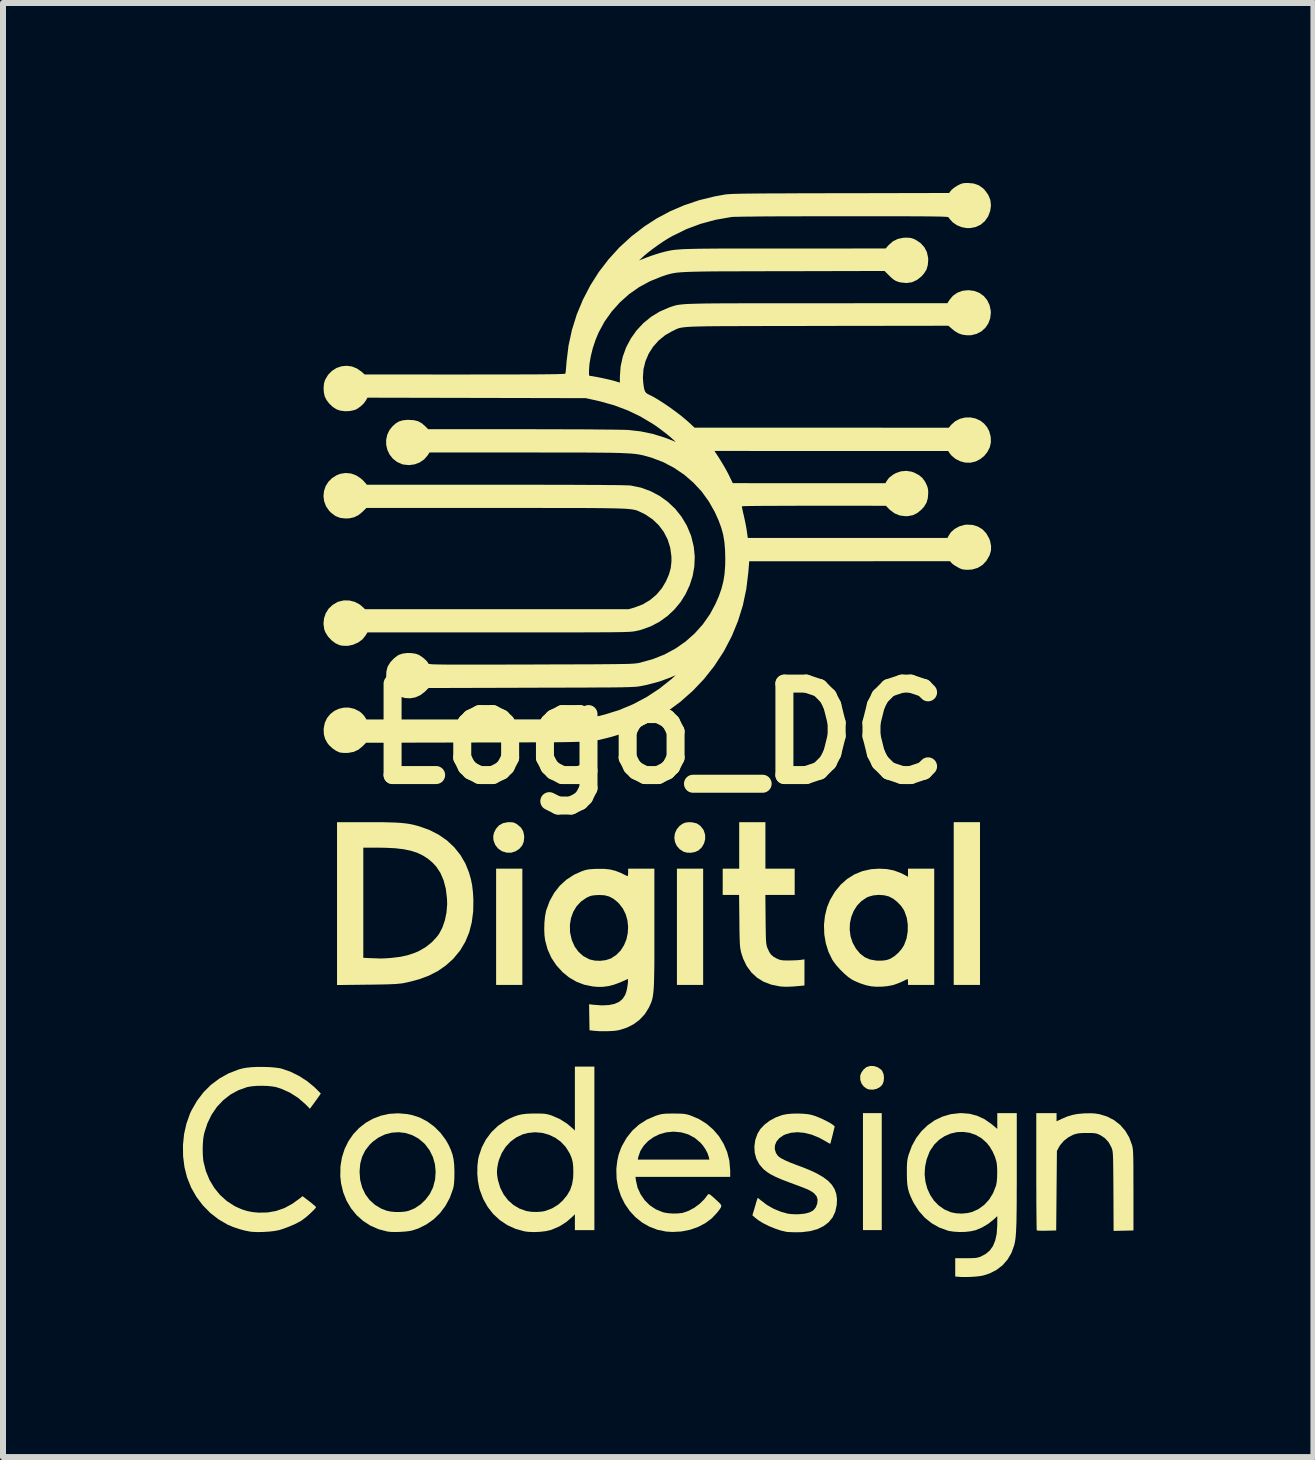
<source format=kicad_pcb>
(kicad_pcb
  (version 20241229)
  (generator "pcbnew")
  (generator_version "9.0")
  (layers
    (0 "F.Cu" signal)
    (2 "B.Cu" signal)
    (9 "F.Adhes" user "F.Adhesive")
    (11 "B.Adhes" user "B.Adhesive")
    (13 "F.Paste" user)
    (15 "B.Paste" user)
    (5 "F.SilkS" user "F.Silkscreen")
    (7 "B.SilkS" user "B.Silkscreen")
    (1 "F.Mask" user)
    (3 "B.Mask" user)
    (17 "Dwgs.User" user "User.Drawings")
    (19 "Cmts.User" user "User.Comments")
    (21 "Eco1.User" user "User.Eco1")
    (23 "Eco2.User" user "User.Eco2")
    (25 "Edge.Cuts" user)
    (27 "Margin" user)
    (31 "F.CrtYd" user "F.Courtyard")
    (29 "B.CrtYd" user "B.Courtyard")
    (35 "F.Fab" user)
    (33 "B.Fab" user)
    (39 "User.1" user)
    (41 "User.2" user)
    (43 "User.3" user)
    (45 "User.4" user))
  (footprint "Logo_DC"
    (layer "F.Cu")
    (at 7.921 9.18)
    (property "Reference" "Logo_DC" (at 0 0 0) (layer "F.SilkS") (effects (font (size 1.524 1.524) (thickness 0.3))))
    (attr board_only exclude_from_pos_files exclude_from_bom)
    (fp_poly (pts (xy -2.264 4.188) (xy -2.701 4.188) (xy -2.701 2.25) (xy -2.264 2.25)) (stroke (width 0) (type solid)) (fill yes) (layer "F.SilkS"))
    (fp_poly (pts (xy 0.75 4.188) (xy 0.313 4.188) (xy 0.313 2.25) (xy 0.75 2.25)) (stroke (width 0) (type solid)) (fill yes) (layer "F.SilkS"))
    (fp_poly (pts (xy 3.727 8.275) (xy 3.414 8.275) (xy 3.414 6.325) (xy 3.727 6.325)) (stroke (width 0) (type solid)) (fill yes) (layer "F.SilkS"))
    (fp_poly (pts (xy 5.365 4.188) (xy 4.927 4.188) (xy 4.927 1.475) (xy 5.365 1.475)) (stroke (width 0) (type solid)) (fill yes) (layer "F.SilkS"))
    (fp_poly (pts (xy 3.601 5.541) (xy 3.663 5.562) (xy 3.716 5.6) (xy 3.736 5.625) (xy 3.758 5.676) (xy 3.765 5.737) (xy 3.758 5.798) (xy 3.739 5.848) (xy 3.699 5.89) (xy 3.644 5.92) (xy 3.582 5.934) (xy 3.518 5.931) (xy 3.482 5.92) (xy 3.429 5.884) (xy 3.39 5.832) (xy 3.369 5.77) (xy 3.368 5.704) (xy 3.369 5.697) (xy 3.388 5.648) (xy 3.423 5.6) (xy 3.465 5.563) (xy 3.477 5.556) (xy 3.537 5.538)) (stroke (width 0) (type solid)) (fill yes) (layer "F.SilkS"))
    (fp_poly (pts (xy 0.57 1.478) (xy 0.642 1.495) (xy 0.702 1.535) (xy 0.751 1.596) (xy 0.76 1.613) (xy 0.783 1.684) (xy 0.784 1.758) (xy 0.765 1.83) (xy 0.727 1.895) (xy 0.674 1.945) (xy 0.616 1.972) (xy 0.548 1.985) (xy 0.479 1.983) (xy 0.425 1.968) (xy 0.359 1.926) (xy 0.31 1.87) (xy 0.28 1.805) (xy 0.27 1.734) (xy 0.279 1.663) (xy 0.309 1.595) (xy 0.355 1.54) (xy 0.402 1.504) (xy 0.451 1.483) (xy 0.51 1.475)) (stroke (width 0) (type solid)) (fill yes) (layer "F.SilkS"))
    (fp_poly (pts (xy -2.431 1.477) (xy -2.395 1.486) (xy -2.358 1.506) (xy -2.344 1.516) (xy -2.286 1.566) (xy -2.25 1.626) (xy -2.234 1.698) (xy -2.233 1.731) (xy -2.241 1.803) (xy -2.265 1.861) (xy -2.307 1.913) (xy -2.309 1.915) (xy -2.374 1.96) (xy -2.447 1.983) (xy -2.524 1.983) (xy -2.602 1.96) (xy -2.608 1.957) (xy -2.671 1.912) (xy -2.717 1.852) (xy -2.744 1.78) (xy -2.746 1.768) (xy -2.749 1.706) (xy -2.736 1.65) (xy -2.705 1.589) (xy -2.702 1.584) (xy -2.653 1.529) (xy -2.59 1.493) (xy -2.511 1.476) (xy -2.48 1.475)) (stroke (width 0) (type solid)) (fill yes) (layer "F.SilkS"))
    (fp_poly (pts (xy 1.788 2.25) (xy 2.276 2.25) (xy 2.276 2.688) (xy 1.787 2.688) (xy 1.791 3.097) (xy 1.792 3.209) (xy 1.794 3.3) (xy 1.795 3.372) (xy 1.797 3.427) (xy 1.8 3.47) (xy 1.803 3.502) (xy 1.808 3.527) (xy 1.813 3.549) (xy 1.82 3.569) (xy 1.824 3.577) (xy 1.852 3.639) (xy 1.881 3.682) (xy 1.92 3.716) (xy 1.972 3.746) (xy 1.973 3.746) (xy 2.008 3.762) (xy 2.039 3.772) (xy 2.074 3.778) (xy 2.119 3.78) (xy 2.176 3.781) (xy 2.239 3.779) (xy 2.301 3.777) (xy 2.353 3.773) (xy 2.373 3.771) (xy 2.439 3.762) (xy 2.439 4.197) (xy 2.361 4.205) (xy 2.256 4.214) (xy 2.171 4.218) (xy 2.101 4.218) (xy 2.041 4.214) (xy 2.026 4.212) (xy 1.884 4.183) (xy 1.758 4.135) (xy 1.648 4.067) (xy 1.554 3.98) (xy 1.477 3.875) (xy 1.417 3.751) (xy 1.386 3.656) (xy 1.379 3.628) (xy 1.373 3.599) (xy 1.368 3.568) (xy 1.364 3.531) (xy 1.361 3.485) (xy 1.359 3.427) (xy 1.357 3.354) (xy 1.355 3.263) (xy 1.354 3.15) (xy 1.354 3.122) (xy 1.349 2.688) (xy 1.076 2.688) (xy 1.076 2.25) (xy 1.351 2.25) (xy 1.351 1.475) (xy 1.788 1.475)) (stroke (width 0) (type solid)) (fill yes) (layer "F.SilkS"))
    (fp_poly (pts (xy 6.641 6.461) (xy 6.731 6.419) (xy 6.819 6.381) (xy 6.902 6.356) (xy 6.99 6.339) (xy 7.091 6.33) (xy 7.116 6.329) (xy 7.206 6.327) (xy 7.28 6.331) (xy 7.346 6.341) (xy 7.354 6.342) (xy 7.484 6.382) (xy 7.6 6.442) (xy 7.701 6.521) (xy 7.785 6.617) (xy 7.852 6.73) (xy 7.9 6.859) (xy 7.901 6.862) (xy 7.905 6.883) (xy 7.91 6.905) (xy 7.913 6.932) (xy 7.916 6.966) (xy 7.918 7.01) (xy 7.92 7.064) (xy 7.921 7.133) (xy 7.922 7.216) (xy 7.922 7.318) (xy 7.922 7.44) (xy 7.923 7.585) (xy 7.923 7.612) (xy 7.923 8.281) (xy 7.757 8.285) (xy 7.592 8.288) (xy 7.589 7.628) (xy 7.588 7.483) (xy 7.587 7.361) (xy 7.586 7.259) (xy 7.585 7.175) (xy 7.584 7.108) (xy 7.582 7.055) (xy 7.58 7.013) (xy 7.577 6.981) (xy 7.574 6.957) (xy 7.57 6.938) (xy 7.565 6.921) (xy 7.559 6.906) (xy 7.557 6.899) (xy 7.509 6.81) (xy 7.444 6.74) (xy 7.369 6.691) (xy 7.336 6.676) (xy 7.307 6.666) (xy 7.276 6.66) (xy 7.235 6.657) (xy 7.178 6.656) (xy 7.147 6.656) (xy 7.078 6.657) (xy 7.026 6.66) (xy 6.986 6.666) (xy 6.948 6.676) (xy 6.918 6.686) (xy 6.836 6.729) (xy 6.761 6.788) (xy 6.701 6.859) (xy 6.681 6.892) (xy 6.647 6.956) (xy 6.635 8.281) (xy 6.478 8.285) (xy 6.417 8.285) (xy 6.366 8.285) (xy 6.329 8.283) (xy 6.312 8.28) (xy 6.312 8.28) (xy 6.31 8.266) (xy 6.309 8.229) (xy 6.308 8.171) (xy 6.307 8.094) (xy 6.306 8) (xy 6.305 7.89) (xy 6.304 7.767) (xy 6.304 7.632) (xy 6.303 7.488) (xy 6.303 7.335) (xy 6.303 7.298) (xy 6.303 6.325) (xy 6.641 6.325)) (stroke (width 0) (type solid)) (fill yes) (layer "F.SilkS"))
    (fp_poly (pts (xy -4.701 1.475) (xy -4.574 1.476) (xy -4.466 1.479) (xy -4.373 1.482) (xy -4.294 1.487) (xy -4.224 1.494) (xy -4.162 1.502) (xy -4.104 1.513) (xy -4.046 1.527) (xy -3.987 1.543) (xy -3.981 1.545) (xy -3.811 1.606) (xy -3.657 1.685) (xy -3.518 1.782) (xy -3.398 1.895) (xy -3.295 2.024) (xy -3.212 2.167) (xy -3.154 2.312) (xy -3.123 2.419) (xy -3.101 2.524) (xy -3.088 2.637) (xy -3.08 2.763) (xy -3.083 2.96) (xy -3.107 3.144) (xy -3.15 3.313) (xy -3.215 3.469) (xy -3.299 3.611) (xy -3.405 3.74) (xy -3.42 3.757) (xy -3.541 3.865) (xy -3.673 3.957) (xy -3.821 4.033) (xy -3.985 4.094) (xy -4.168 4.142) (xy -4.24 4.157) (xy -4.276 4.163) (xy -4.317 4.167) (xy -4.366 4.172) (xy -4.425 4.175) (xy -4.497 4.178) (xy -4.585 4.18) (xy -4.691 4.182) (xy -4.82 4.184) (xy -4.856 4.184) (xy -5.353 4.19) (xy -5.353 1.9) (xy -4.915 1.9) (xy -4.915 3.736) (xy -4.812 3.741) (xy -4.753 3.743) (xy -4.695 3.745) (xy -4.65 3.747) (xy -4.646 3.747) (xy -4.607 3.747) (xy -4.552 3.745) (xy -4.488 3.741) (xy -4.441 3.737) (xy -4.301 3.72) (xy -4.179 3.694) (xy -4.066 3.657) (xy -3.982 3.62) (xy -3.873 3.556) (xy -3.772 3.476) (xy -3.687 3.384) (xy -3.65 3.334) (xy -3.596 3.23) (xy -3.555 3.111) (xy -3.528 2.98) (xy -3.517 2.844) (xy -3.52 2.749) (xy -3.539 2.589) (xy -3.576 2.446) (xy -3.629 2.322) (xy -3.7 2.215) (xy -3.763 2.147) (xy -3.841 2.082) (xy -3.926 2.028) (xy -4.019 1.984) (xy -4.124 1.951) (xy -4.244 1.926) (xy -4.381 1.91) (xy -4.537 1.902) (xy -4.662 1.9) (xy -4.915 1.9) (xy -5.353 1.9) (xy -5.353 1.475) (xy -4.851 1.475)) (stroke (width 0) (type solid)) (fill yes) (layer "F.SilkS"))
    (fp_poly (pts (xy 4.602 4.188) (xy 4.165 4.188) (xy 4.165 4.136) (xy 4.163 4.106) (xy 4.158 4.091) (xy 4.155 4.09) (xy 4.073 4.13) (xy 3.995 4.163) (xy 3.927 4.187) (xy 3.907 4.192) (xy 3.824 4.208) (xy 3.73 4.217) (xy 3.636 4.218) (xy 3.556 4.212) (xy 3.465 4.193) (xy 3.366 4.161) (xy 3.273 4.121) (xy 3.229 4.098) (xy 3.168 4.056) (xy 3.101 3.998) (xy 3.034 3.932) (xy 2.971 3.862) (xy 2.92 3.794) (xy 2.902 3.766) (xy 2.838 3.634) (xy 2.794 3.492) (xy 2.769 3.342) (xy 2.767 3.268) (xy 3.193 3.268) (xy 3.207 3.378) (xy 3.242 3.484) (xy 3.296 3.582) (xy 3.365 3.665) (xy 3.443 3.726) (xy 3.531 3.764) (xy 3.633 3.782) (xy 3.703 3.784) (xy 3.765 3.78) (xy 3.812 3.772) (xy 3.854 3.758) (xy 3.88 3.746) (xy 3.942 3.706) (xy 4.005 3.651) (xy 4.06 3.587) (xy 4.1 3.523) (xy 4.1 3.522) (xy 4.14 3.415) (xy 4.16 3.299) (xy 4.161 3.182) (xy 4.144 3.068) (xy 4.107 2.963) (xy 4.093 2.935) (xy 4.047 2.868) (xy 3.985 2.804) (xy 3.917 2.75) (xy 3.847 2.714) (xy 3.846 2.713) (xy 3.764 2.693) (xy 3.674 2.687) (xy 3.584 2.696) (xy 3.503 2.719) (xy 3.478 2.73) (xy 3.39 2.789) (xy 3.317 2.864) (xy 3.26 2.954) (xy 3.22 3.053) (xy 3.197 3.159) (xy 3.193 3.268) (xy 2.767 3.268) (xy 2.764 3.19) (xy 2.78 3.039) (xy 2.815 2.895) (xy 2.866 2.771) (xy 2.947 2.634) (xy 3.042 2.518) (xy 3.151 2.421) (xy 3.273 2.345) (xy 3.406 2.291) (xy 3.549 2.259) (xy 3.683 2.25) (xy 3.813 2.257) (xy 3.93 2.28) (xy 4.038 2.32) (xy 4.086 2.343) (xy 4.165 2.385) (xy 4.165 2.25) (xy 4.602 2.25)) (stroke (width 0) (type solid)) (fill yes) (layer "F.SilkS"))
    (fp_poly (pts (xy -4.181 6.341) (xy -4.102 6.357) (xy -3.971 6.4) (xy -3.846 6.466) (xy -3.73 6.552) (xy -3.627 6.655) (xy -3.54 6.772) (xy -3.494 6.853) (xy -3.456 6.936) (xy -3.428 7.015) (xy -3.41 7.096) (xy -3.4 7.186) (xy -3.396 7.291) (xy -3.396 7.319) (xy -3.397 7.408) (xy -3.401 7.478) (xy -3.407 7.533) (xy -3.417 7.58) (xy -3.419 7.587) (xy -3.472 7.735) (xy -3.545 7.87) (xy -3.635 7.991) (xy -3.742 8.095) (xy -3.864 8.181) (xy -3.998 8.248) (xy -4.098 8.281) (xy -4.154 8.292) (xy -4.226 8.3) (xy -4.307 8.305) (xy -4.387 8.307) (xy -4.459 8.305) (xy -4.512 8.299) (xy -4.659 8.261) (xy -4.796 8.201) (xy -4.918 8.122) (xy -5.027 8.025) (xy -5.119 7.912) (xy -5.194 7.785) (xy -5.25 7.645) (xy -5.286 7.494) (xy -5.299 7.375) (xy -5.297 7.307) (xy -4.977 7.307) (xy -4.967 7.441) (xy -4.934 7.565) (xy -4.882 7.676) (xy -4.811 7.772) (xy -4.722 7.853) (xy -4.616 7.917) (xy -4.528 7.951) (xy -4.461 7.966) (xy -4.38 7.973) (xy -4.295 7.973) (xy -4.216 7.966) (xy -4.164 7.955) (xy -4.059 7.912) (xy -3.962 7.848) (xy -3.877 7.767) (xy -3.806 7.672) (xy -3.755 7.568) (xy -3.751 7.558) (xy -3.718 7.43) (xy -3.709 7.302) (xy -3.721 7.176) (xy -3.755 7.056) (xy -3.81 6.945) (xy -3.885 6.845) (xy -3.903 6.826) (xy -3.998 6.747) (xy -4.102 6.691) (xy -4.213 6.656) (xy -4.327 6.643) (xy -4.441 6.651) (xy -4.553 6.68) (xy -4.66 6.731) (xy -4.759 6.803) (xy -4.811 6.854) (xy -4.884 6.949) (xy -4.935 7.053) (xy -4.966 7.167) (xy -4.977 7.295) (xy -4.977 7.307) (xy -5.297 7.307) (xy -5.296 7.215) (xy -5.271 7.063) (xy -5.226 6.922) (xy -5.163 6.793) (xy -5.082 6.676) (xy -4.986 6.574) (xy -4.877 6.488) (xy -4.755 6.419) (xy -4.623 6.368) (xy -4.483 6.337) (xy -4.335 6.328)) (stroke (width 0) (type solid)) (fill yes) (layer "F.SilkS"))
    (fp_poly (pts (xy -1.063 8.275) (xy -1.388 8.275) (xy -1.388 8.01) (xy -1.423 8.046) (xy -1.525 8.136) (xy -1.642 8.211) (xy -1.769 8.266) (xy -1.795 8.275) (xy -1.876 8.293) (xy -1.972 8.304) (xy -2.073 8.308) (xy -2.169 8.304) (xy -2.232 8.295) (xy -2.381 8.253) (xy -2.518 8.19) (xy -2.641 8.107) (xy -2.75 8.006) (xy -2.842 7.888) (xy -2.917 7.754) (xy -2.973 7.606) (xy -2.984 7.565) (xy -3.005 7.452) (xy -3.015 7.33) (xy -3.014 7.293) (xy -2.687 7.293) (xy -2.685 7.349) (xy -2.676 7.412) (xy -2.669 7.447) (xy -2.632 7.57) (xy -2.576 7.68) (xy -2.502 7.777) (xy -2.413 7.856) (xy -2.31 7.917) (xy -2.197 7.957) (xy -2.114 7.97) (xy -2.021 7.973) (xy -1.932 7.966) (xy -1.883 7.956) (xy -1.768 7.913) (xy -1.664 7.849) (xy -1.588 7.779) (xy -1.518 7.694) (xy -1.467 7.606) (xy -1.435 7.512) (xy -1.417 7.405) (xy -1.414 7.307) (xy -1.416 7.22) (xy -1.423 7.151) (xy -1.437 7.09) (xy -1.46 7.029) (xy -1.479 6.989) (xy -1.542 6.888) (xy -1.622 6.803) (xy -1.716 6.735) (xy -1.822 6.685) (xy -1.935 6.654) (xy -2.052 6.644) (xy -2.171 6.656) (xy -2.261 6.68) (xy -2.367 6.731) (xy -2.462 6.801) (xy -2.543 6.889) (xy -2.608 6.992) (xy -2.654 7.106) (xy -2.669 7.165) (xy -2.682 7.236) (xy -2.687 7.293) (xy -3.014 7.293) (xy -3.013 7.206) (xy -3 7.092) (xy -2.989 7.043) (xy -2.94 6.897) (xy -2.87 6.763) (xy -2.78 6.643) (xy -2.672 6.539) (xy -2.548 6.453) (xy -2.482 6.418) (xy -2.407 6.385) (xy -2.339 6.361) (xy -2.27 6.345) (xy -2.195 6.336) (xy -2.104 6.332) (xy -2.051 6.332) (xy -1.977 6.332) (xy -1.922 6.334) (xy -1.879 6.338) (xy -1.842 6.345) (xy -1.805 6.355) (xy -1.77 6.367) (xy -1.637 6.425) (xy -1.518 6.501) (xy -1.457 6.552) (xy -1.388 6.615) (xy -1.388 5.55) (xy -1.063 5.55)) (stroke (width 0) (type solid)) (fill yes) (layer "F.SilkS"))
    (fp_poly (pts (xy 0.263 6.332) (xy 0.338 6.333) (xy 0.395 6.335) (xy 0.439 6.339) (xy 0.478 6.346) (xy 0.517 6.357) (xy 0.54 6.365) (xy 0.68 6.424) (xy 0.807 6.503) (xy 0.919 6.6) (xy 1.015 6.712) (xy 1.092 6.838) (xy 1.15 6.974) (xy 1.187 7.118) (xy 1.2 7.269) (xy 1.201 7.278) (xy 1.201 7.388) (xy -0.378 7.388) (xy -0.37 7.449) (xy -0.343 7.568) (xy -0.293 7.677) (xy -0.225 7.776) (xy -0.141 7.86) (xy -0.042 7.927) (xy 0.068 7.973) (xy 0.094 7.981) (xy 0.164 7.993) (xy 0.246 7.999) (xy 0.329 7.997) (xy 0.401 7.989) (xy 0.412 7.987) (xy 0.507 7.954) (xy 0.602 7.903) (xy 0.692 7.837) (xy 0.769 7.761) (xy 0.806 7.713) (xy 0.821 7.692) (xy 0.833 7.679) (xy 0.845 7.675) (xy 0.862 7.681) (xy 0.887 7.7) (xy 0.924 7.732) (xy 0.975 7.779) (xy 0.981 7.784) (xy 1.02 7.821) (xy 1.044 7.848) (xy 1.053 7.871) (xy 1.046 7.897) (xy 1.024 7.931) (xy 0.987 7.979) (xy 0.986 7.981) (xy 0.895 8.078) (xy 0.787 8.159) (xy 0.664 8.223) (xy 0.53 8.27) (xy 0.388 8.298) (xy 0.24 8.306) (xy 0.131 8.299) (xy -0.011 8.27) (xy -0.144 8.219) (xy -0.267 8.149) (xy -0.378 8.06) (xy -0.474 7.956) (xy -0.556 7.837) (xy -0.62 7.708) (xy -0.667 7.568) (xy -0.693 7.42) (xy -0.697 7.267) (xy -0.696 7.244) (xy -0.682 7.124) (xy -0.677 7.1) (xy -0.34 7.1) (xy 0.854 7.1) (xy 0.846 7.062) (xy 0.826 7) (xy 0.791 6.931) (xy 0.746 6.865) (xy 0.705 6.818) (xy 0.609 6.737) (xy 0.502 6.68) (xy 0.386 6.646) (xy 0.26 6.634) (xy 0.25 6.634) (xy 0.133 6.646) (xy 0.022 6.677) (xy -0.078 6.726) (xy -0.167 6.79) (xy -0.24 6.867) (xy -0.296 6.955) (xy -0.33 7.052) (xy -0.331 7.059) (xy -0.34 7.1) (xy -0.677 7.1) (xy -0.659 7.018) (xy -0.622 6.915) (xy -0.602 6.87) (xy -0.524 6.734) (xy -0.429 6.615) (xy -0.317 6.515) (xy -0.189 6.433) (xy -0.045 6.371) (xy -0.013 6.361) (xy 0.03 6.348) (xy 0.069 6.34) (xy 0.112 6.335) (xy 0.165 6.333) (xy 0.234 6.332)) (stroke (width 0) (type solid)) (fill yes) (layer "F.SilkS"))
    (fp_poly (pts (xy -6.476 5.558) (xy -6.383 5.566) (xy -6.306 5.577) (xy -6.272 5.585) (xy -6.13 5.634) (xy -5.989 5.704) (xy -5.854 5.79) (xy -5.733 5.889) (xy -5.691 5.93) (xy -5.623 5.999) (xy -5.665 6.059) (xy -5.697 6.104) (xy -5.734 6.155) (xy -5.756 6.185) (xy -5.805 6.252) (xy -5.881 6.175) (xy -6 6.072) (xy -6.134 5.986) (xy -6.279 5.92) (xy -6.366 5.892) (xy -6.432 5.88) (xy -6.515 5.872) (xy -6.607 5.869) (xy -6.698 5.871) (xy -6.782 5.879) (xy -6.85 5.891) (xy -6.853 5.892) (xy -6.999 5.944) (xy -7.132 6.017) (xy -7.25 6.11) (xy -7.354 6.22) (xy -7.442 6.348) (xy -7.512 6.491) (xy -7.563 6.647) (xy -7.574 6.694) (xy -7.584 6.76) (xy -7.59 6.842) (xy -7.592 6.932) (xy -7.59 7.02) (xy -7.584 7.098) (xy -7.579 7.135) (xy -7.539 7.292) (xy -7.479 7.437) (xy -7.4 7.57) (xy -7.304 7.688) (xy -7.192 7.789) (xy -7.066 7.871) (xy -7.035 7.887) (xy -6.94 7.929) (xy -6.851 7.957) (xy -6.757 7.975) (xy -6.659 7.984) (xy -6.51 7.981) (xy -6.368 7.956) (xy -6.23 7.908) (xy -6.096 7.835) (xy -5.969 7.743) (xy -5.928 7.709) (xy -5.815 7.795) (xy -5.771 7.83) (xy -5.734 7.861) (xy -5.71 7.882) (xy -5.703 7.892) (xy -5.712 7.908) (xy -5.736 7.936) (xy -5.772 7.971) (xy -5.814 8.011) (xy -5.859 8.05) (xy -5.903 8.085) (xy -5.941 8.113) (xy -5.956 8.123) (xy -6.054 8.175) (xy -6.164 8.222) (xy -6.273 8.261) (xy -6.323 8.276) (xy -6.396 8.29) (xy -6.485 8.3) (xy -6.582 8.306) (xy -6.678 8.308) (xy -6.764 8.304) (xy -6.803 8.3) (xy -6.889 8.283) (xy -6.985 8.257) (xy -7.082 8.224) (xy -7.168 8.188) (xy -7.179 8.183) (xy -7.329 8.095) (xy -7.467 7.988) (xy -7.59 7.862) (xy -7.696 7.722) (xy -7.784 7.568) (xy -7.85 7.404) (xy -7.852 7.4) (xy -7.896 7.225) (xy -7.919 7.043) (xy -7.921 6.859) (xy -7.903 6.676) (xy -7.863 6.499) (xy -7.803 6.331) (xy -7.779 6.28) (xy -7.688 6.121) (xy -7.58 5.979) (xy -7.455 5.854) (xy -7.315 5.749) (xy -7.162 5.663) (xy -6.997 5.599) (xy -6.928 5.58) (xy -6.861 5.568) (xy -6.775 5.559) (xy -6.678 5.555) (xy -6.576 5.555)) (stroke (width 0) (type solid)) (fill yes) (layer "F.SilkS"))
    (fp_poly (pts (xy 2.414 6.335) (xy 2.499 6.343) (xy 2.558 6.355) (xy 2.614 6.372) (xy 2.68 6.398) (xy 2.75 6.429) (xy 2.816 6.462) (xy 2.872 6.493) (xy 2.907 6.516) (xy 2.943 6.546) (xy 2.908 6.689) (xy 2.894 6.745) (xy 2.882 6.791) (xy 2.873 6.823) (xy 2.869 6.836) (xy 2.857 6.832) (xy 2.831 6.818) (xy 2.805 6.802) (xy 2.682 6.734) (xy 2.56 6.684) (xy 2.439 6.654) (xy 2.324 6.643) (xy 2.216 6.652) (xy 2.118 6.681) (xy 2.085 6.697) (xy 2.018 6.744) (xy 1.972 6.8) (xy 1.947 6.862) (xy 1.944 6.926) (xy 1.964 6.99) (xy 1.99 7.03) (xy 2.018 7.057) (xy 2.063 7.085) (xy 2.127 7.117) (xy 2.211 7.153) (xy 2.318 7.194) (xy 2.354 7.207) (xy 2.507 7.267) (xy 2.637 7.326) (xy 2.744 7.388) (xy 2.83 7.451) (xy 2.895 7.519) (xy 2.941 7.592) (xy 2.969 7.672) (xy 2.981 7.759) (xy 2.977 7.855) (xy 2.975 7.864) (xy 2.951 7.972) (xy 2.906 8.066) (xy 2.841 8.145) (xy 2.757 8.209) (xy 2.655 8.259) (xy 2.535 8.292) (xy 2.399 8.309) (xy 2.305 8.311) (xy 2.246 8.31) (xy 2.194 8.308) (xy 2.155 8.306) (xy 2.139 8.304) (xy 2.047 8.283) (xy 1.949 8.25) (xy 1.849 8.209) (xy 1.756 8.163) (xy 1.675 8.114) (xy 1.627 8.077) (xy 1.571 8.029) (xy 1.613 7.887) (xy 1.629 7.831) (xy 1.643 7.784) (xy 1.654 7.752) (xy 1.658 7.739) (xy 1.669 7.744) (xy 1.692 7.762) (xy 1.714 7.78) (xy 1.812 7.855) (xy 1.926 7.92) (xy 2.048 7.97) (xy 2.161 8.001) (xy 2.218 8.008) (xy 2.288 8.011) (xy 2.355 8.01) (xy 2.453 7.999) (xy 2.529 7.978) (xy 2.587 7.945) (xy 2.626 7.899) (xy 2.65 7.839) (xy 2.652 7.831) (xy 2.658 7.767) (xy 2.642 7.713) (xy 2.604 7.666) (xy 2.568 7.638) (xy 2.547 7.626) (xy 2.526 7.614) (xy 2.501 7.601) (xy 2.468 7.587) (xy 2.425 7.569) (xy 2.369 7.548) (xy 2.296 7.521) (xy 2.204 7.487) (xy 2.17 7.474) (xy 2.055 7.43) (xy 1.961 7.389) (xy 1.884 7.35) (xy 1.82 7.31) (xy 1.766 7.268) (xy 1.756 7.259) (xy 1.687 7.18) (xy 1.638 7.088) (xy 1.61 6.988) (xy 1.604 6.882) (xy 1.619 6.773) (xy 1.657 6.666) (xy 1.705 6.589) (xy 1.774 6.516) (xy 1.86 6.451) (xy 1.959 6.397) (xy 2.068 6.357) (xy 2.077 6.355) (xy 2.145 6.342) (xy 2.229 6.334) (xy 2.322 6.332)) (stroke (width 0) (type solid)) (fill yes) (layer "F.SilkS"))
    (fp_poly (pts (xy -0.063 3.247) (xy -0.063 3.441) (xy -0.063 3.611) (xy -0.063 3.761) (xy -0.064 3.89) (xy -0.066 4.002) (xy -0.068 4.097) (xy -0.07 4.179) (xy -0.074 4.247) (xy -0.079 4.305) (xy -0.085 4.354) (xy -0.092 4.396) (xy -0.1 4.432) (xy -0.11 4.465) (xy -0.122 4.495) (xy -0.136 4.526) (xy -0.151 4.558) (xy -0.158 4.572) (xy -0.223 4.676) (xy -0.308 4.767) (xy -0.409 4.843) (xy -0.524 4.901) (xy -0.649 4.941) (xy -0.661 4.943) (xy -0.724 4.953) (xy -0.804 4.958) (xy -0.893 4.96) (xy -0.983 4.959) (xy -1.065 4.953) (xy -1.082 4.951) (xy -1.144 4.944) (xy -1.148 4.727) (xy -1.151 4.51) (xy -1.074 4.519) (xy -0.939 4.529) (xy -0.824 4.524) (xy -0.729 4.505) (xy -0.652 4.471) (xy -0.593 4.422) (xy -0.551 4.357) (xy -0.534 4.311) (xy -0.522 4.266) (xy -0.513 4.216) (xy -0.506 4.169) (xy -0.503 4.128) (xy -0.503 4.099) (xy -0.507 4.089) (xy -0.508 4.09) (xy -0.628 4.144) (xy -0.733 4.183) (xy -0.831 4.208) (xy -0.924 4.22) (xy -1.018 4.22) (xy -1.092 4.213) (xy -1.234 4.184) (xy -1.364 4.134) (xy -1.485 4.063) (xy -1.593 3.975) (xy -1.697 3.861) (xy -1.781 3.734) (xy -1.844 3.593) (xy -1.883 3.449) (xy -1.895 3.36) (xy -1.899 3.257) (xy -1.897 3.187) (xy -1.471 3.187) (xy -1.469 3.305) (xy -1.466 3.325) (xy -1.438 3.444) (xy -1.392 3.548) (xy -1.328 3.636) (xy -1.248 3.707) (xy -1.153 3.758) (xy -1.134 3.765) (xy -1.054 3.783) (xy -0.965 3.786) (xy -0.875 3.775) (xy -0.796 3.75) (xy -0.782 3.744) (xy -0.696 3.686) (xy -0.624 3.613) (xy -0.569 3.526) (xy -0.529 3.429) (xy -0.507 3.326) (xy -0.501 3.219) (xy -0.512 3.113) (xy -0.541 3.01) (xy -0.588 2.915) (xy -0.654 2.83) (xy -0.677 2.807) (xy -0.747 2.751) (xy -0.816 2.714) (xy -0.892 2.694) (xy -0.981 2.689) (xy -1.007 2.69) (xy -1.065 2.694) (xy -1.109 2.7) (xy -1.146 2.712) (xy -1.186 2.731) (xy -1.198 2.737) (xy -1.286 2.798) (xy -1.359 2.876) (xy -1.415 2.969) (xy -1.453 3.074) (xy -1.471 3.187) (xy -1.897 3.187) (xy -1.896 3.15) (xy -1.886 3.046) (xy -1.869 2.956) (xy -1.864 2.94) (xy -1.809 2.79) (xy -1.734 2.655) (xy -1.641 2.536) (xy -1.531 2.435) (xy -1.404 2.352) (xy -1.273 2.293) (xy -1.229 2.278) (xy -1.188 2.267) (xy -1.142 2.26) (xy -1.084 2.256) (xy -1.018 2.253) (xy -0.904 2.253) (xy -0.805 2.263) (xy -0.715 2.285) (xy -0.627 2.319) (xy -0.588 2.338) (xy -0.549 2.357) (xy -0.52 2.37) (xy -0.507 2.375) (xy -0.503 2.364) (xy -0.501 2.335) (xy -0.5 2.312) (xy -0.5 2.25) (xy -0.063 2.25)) (stroke (width 0) (type solid)) (fill yes) (layer "F.SilkS"))
    (fp_poly (pts (xy 5.978 7.284) (xy 5.978 7.478) (xy 5.977 7.648) (xy 5.977 7.796) (xy 5.976 7.925) (xy 5.974 8.036) (xy 5.973 8.132) (xy 5.97 8.213) (xy 5.967 8.281) (xy 5.963 8.34) (xy 5.959 8.389) (xy 5.954 8.431) (xy 5.948 8.468) (xy 5.941 8.502) (xy 5.934 8.531) (xy 5.889 8.656) (xy 5.824 8.766) (xy 5.741 8.861) (xy 5.64 8.939) (xy 5.523 8.998) (xy 5.421 9.031) (xy 5.369 9.041) (xy 5.299 9.049) (xy 5.219 9.055) (xy 5.138 9.057) (xy 5.062 9.057) (xy 5.018 9.054) (xy 4.952 9.049) (xy 4.952 8.743) (xy 5.131 8.744) (xy 5.204 8.743) (xy 5.259 8.741) (xy 5.3 8.738) (xy 5.332 8.731) (xy 5.363 8.722) (xy 5.379 8.716) (xy 5.462 8.671) (xy 5.53 8.613) (xy 5.582 8.539) (xy 5.619 8.447) (xy 5.643 8.337) (xy 5.652 8.207) (xy 5.653 8.174) (xy 5.653 8.042) (xy 5.592 8.099) (xy 5.503 8.17) (xy 5.4 8.231) (xy 5.293 8.276) (xy 5.284 8.278) (xy 5.208 8.295) (xy 5.118 8.305) (xy 5.021 8.307) (xy 4.926 8.301) (xy 4.843 8.288) (xy 4.829 8.284) (xy 4.688 8.233) (xy 4.56 8.161) (xy 4.445 8.069) (xy 4.346 7.957) (xy 4.263 7.828) (xy 4.245 7.794) (xy 4.21 7.719) (xy 4.184 7.653) (xy 4.166 7.589) (xy 4.154 7.522) (xy 4.148 7.445) (xy 4.146 7.351) (xy 4.146 7.346) (xy 4.442 7.346) (xy 4.455 7.467) (xy 4.486 7.582) (xy 4.534 7.688) (xy 4.598 7.784) (xy 4.677 7.865) (xy 4.77 7.93) (xy 4.874 7.976) (xy 4.96 7.994) (xy 5.056 8) (xy 5.151 7.992) (xy 5.23 7.974) (xy 5.339 7.925) (xy 5.435 7.855) (xy 5.517 7.766) (xy 5.582 7.661) (xy 5.629 7.542) (xy 5.635 7.521) (xy 5.644 7.47) (xy 5.65 7.402) (xy 5.652 7.325) (xy 5.651 7.248) (xy 5.646 7.179) (xy 5.639 7.135) (xy 5.614 7.052) (xy 5.575 6.965) (xy 5.526 6.883) (xy 5.479 6.823) (xy 5.392 6.745) (xy 5.296 6.689) (xy 5.193 6.653) (xy 5.086 6.638) (xy 4.979 6.642) (xy 4.875 6.666) (xy 4.775 6.709) (xy 4.684 6.769) (xy 4.604 6.848) (xy 4.538 6.944) (xy 4.521 6.976) (xy 4.475 7.098) (xy 4.449 7.222) (xy 4.442 7.346) (xy 4.146 7.346) (xy 4.146 7.319) (xy 4.146 7.238) (xy 4.148 7.176) (xy 4.152 7.127) (xy 4.158 7.085) (xy 4.168 7.044) (xy 4.175 7.019) (xy 4.229 6.873) (xy 4.301 6.741) (xy 4.39 6.625) (xy 4.494 6.526) (xy 4.611 6.444) (xy 4.739 6.383) (xy 4.876 6.343) (xy 5.021 6.326) (xy 5.056 6.325) (xy 5.193 6.336) (xy 5.32 6.37) (xy 5.44 6.426) (xy 5.555 6.506) (xy 5.567 6.516) (xy 5.653 6.588) (xy 5.653 6.325) (xy 5.978 6.325)) (stroke (width 0) (type solid)) (fill yes) (layer "F.SilkS"))
    (fp_poly (pts (xy -5.115 -4.336) (xy -5.028 -4.303) (xy -4.949 -4.249) (xy -4.91 -4.212) (xy -4.855 -4.15) (xy -2.703 -4.15) (xy -2.39 -4.15) (xy -2.101 -4.15) (xy -1.837 -4.149) (xy -1.596 -4.149) (xy -1.38 -4.148) (xy -1.187 -4.147) (xy -1.017 -4.147) (xy -0.87 -4.145) (xy -0.745 -4.144) (xy -0.643 -4.143) (xy -0.563 -4.141) (xy -0.504 -4.139) (xy -0.467 -4.138) (xy -0.455 -4.136) (xy -0.285 -4.101) (xy -0.125 -4.042) (xy 0.025 -3.963) (xy 0.161 -3.865) (xy 0.284 -3.749) (xy 0.389 -3.617) (xy 0.477 -3.47) (xy 0.545 -3.309) (xy 0.554 -3.28) (xy 0.594 -3.115) (xy 0.61 -2.95) (xy 0.603 -2.787) (xy 0.575 -2.628) (xy 0.526 -2.475) (xy 0.458 -2.329) (xy 0.373 -2.193) (xy 0.271 -2.07) (xy 0.153 -1.96) (xy 0.021 -1.865) (xy -0.124 -1.789) (xy -0.282 -1.732) (xy -0.366 -1.712) (xy -0.382 -1.709) (xy -0.398 -1.706) (xy -0.416 -1.703) (xy -0.437 -1.701) (xy -0.463 -1.699) (xy -0.494 -1.697) (xy -0.532 -1.696) (xy -0.578 -1.694) (xy -0.633 -1.693) (xy -0.698 -1.692) (xy -0.774 -1.691) (xy -0.863 -1.69) (xy -0.965 -1.69) (xy -1.082 -1.689) (xy -1.215 -1.689) (xy -1.365 -1.688) (xy -1.533 -1.688) (xy -1.72 -1.688) (xy -1.928 -1.688) (xy -2.157 -1.688) (xy -2.41 -1.688) (xy -2.664 -1.688) (xy -4.846 -1.688) (xy -4.878 -1.636) (xy -4.931 -1.57) (xy -5.002 -1.519) (xy -5.084 -1.483) (xy -5.172 -1.464) (xy -5.261 -1.466) (xy -5.311 -1.476) (xy -5.379 -1.507) (xy -5.445 -1.557) (xy -5.503 -1.619) (xy -5.546 -1.688) (xy -5.565 -1.735) (xy -5.579 -1.83) (xy -5.57 -1.922) (xy -5.541 -2.008) (xy -5.492 -2.085) (xy -5.425 -2.148) (xy -5.344 -2.195) (xy -5.331 -2.2) (xy -5.239 -2.222) (xy -5.146 -2.22) (xy -5.056 -2.197) (xy -4.974 -2.153) (xy -4.94 -2.125) (xy -4.886 -2.075) (xy -0.491 -2.075) (xy -0.392 -2.104) (xy -0.257 -2.155) (xy -0.135 -2.228) (xy -0.027 -2.319) (xy 0.064 -2.427) (xy 0.13 -2.539) (xy 0.18 -2.654) (xy 0.21 -2.762) (xy 0.222 -2.872) (xy 0.221 -2.956) (xy 0.201 -3.101) (xy 0.158 -3.238) (xy 0.094 -3.363) (xy 0.01 -3.475) (xy -0.092 -3.572) (xy -0.211 -3.653) (xy -0.269 -3.682) (xy -0.29 -3.692) (xy -0.309 -3.701) (xy -0.327 -3.709) (xy -0.345 -3.717) (xy -0.365 -3.724) (xy -0.387 -3.73) (xy -0.413 -3.735) (xy -0.445 -3.74) (xy -0.482 -3.744) (xy -0.526 -3.748) (xy -0.578 -3.751) (xy -0.641 -3.753) (xy -0.713 -3.756) (xy -0.798 -3.757) (xy -0.895 -3.759) (xy -1.006 -3.76) (xy -1.133 -3.761) (xy -1.276 -3.762) (xy -1.436 -3.762) (xy -1.615 -3.762) (xy -1.814 -3.762) (xy -2.033 -3.763) (xy -2.275 -3.763) (xy -2.54 -3.763) (xy -2.706 -3.763) (xy -4.863 -3.763) (xy -4.93 -3.697) (xy -4.997 -3.642) (xy -5.067 -3.608) (xy -5.147 -3.59) (xy -5.209 -3.587) (xy -5.3 -3.597) (xy -5.379 -3.628) (xy -5.451 -3.682) (xy -5.483 -3.714) (xy -5.536 -3.79) (xy -5.568 -3.874) (xy -5.579 -3.96) (xy -5.57 -4.045) (xy -5.543 -4.126) (xy -5.497 -4.199) (xy -5.434 -4.262) (xy -5.356 -4.31) (xy -5.298 -4.332) (xy -5.206 -4.346)) (stroke (width 0) (type solid)) (fill yes) (layer "F.SilkS"))
    (fp_poly (pts (xy 5.261 -9.171) (xy 5.343 -9.142) (xy 5.415 -9.092) (xy 5.441 -9.066) (xy 5.501 -8.985) (xy 5.537 -8.899) (xy 5.548 -8.807) (xy 5.535 -8.713) (xy 5.5 -8.621) (xy 5.446 -8.544) (xy 5.377 -8.485) (xy 5.295 -8.446) (xy 5.203 -8.428) (xy 5.142 -8.428) (xy 5.058 -8.444) (xy 4.978 -8.477) (xy 4.91 -8.524) (xy 4.858 -8.581) (xy 4.844 -8.603) (xy 4.842 -8.606) (xy 4.836 -8.609) (xy 4.828 -8.612) (xy 4.814 -8.614) (xy 4.794 -8.616) (xy 4.766 -8.617) (xy 4.73 -8.619) (xy 4.684 -8.62) (xy 4.627 -8.621) (xy 4.558 -8.622) (xy 4.475 -8.623) (xy 4.377 -8.624) (xy 4.263 -8.624) (xy 4.133 -8.625) (xy 3.983 -8.625) (xy 3.815 -8.625) (xy 3.625 -8.625) (xy 3.413 -8.625) (xy 3.178 -8.625) (xy 3.074 -8.625) (xy 2.792 -8.625) (xy 2.532 -8.625) (xy 2.294 -8.624) (xy 2.08 -8.624) (xy 1.888 -8.623) (xy 1.72 -8.622) (xy 1.575 -8.62) (xy 1.455 -8.619) (xy 1.358 -8.617) (xy 1.285 -8.616) (xy 1.238 -8.614) (xy 1.218 -8.612) (xy 0.956 -8.566) (xy 0.706 -8.498) (xy 0.468 -8.409) (xy 0.24 -8.297) (xy 0.171 -8.258) (xy 0.092 -8.209) (xy 0.005 -8.15) (xy -0.083 -8.086) (xy -0.165 -8.024) (xy -0.235 -7.966) (xy -0.256 -7.946) (xy -0.319 -7.889) (xy -0.192 -7.938) (xy -0.123 -7.963) (xy -0.046 -7.989) (xy 0.025 -8.011) (xy 0.052 -8.019) (xy 0.088 -8.028) (xy 0.121 -8.037) (xy 0.152 -8.044) (xy 0.184 -8.051) (xy 0.217 -8.057) (xy 0.253 -8.063) (xy 0.293 -8.067) (xy 0.339 -8.071) (xy 0.391 -8.075) (xy 0.452 -8.078) (xy 0.523 -8.08) (xy 0.605 -8.082) (xy 0.699 -8.084) (xy 0.807 -8.085) (xy 0.93 -8.086) (xy 1.07 -8.087) (xy 1.228 -8.087) (xy 1.405 -8.087) (xy 1.603 -8.087) (xy 1.822 -8.087) (xy 2.066 -8.087) (xy 2.106 -8.087) (xy 3.792 -8.088) (xy 3.841 -8.143) (xy 3.913 -8.207) (xy 3.996 -8.248) (xy 4.09 -8.267) (xy 4.127 -8.268) (xy 4.183 -8.267) (xy 4.226 -8.26) (xy 4.267 -8.245) (xy 4.294 -8.232) (xy 4.375 -8.178) (xy 4.438 -8.108) (xy 4.48 -8.027) (xy 4.5 -7.934) (xy 4.502 -7.899) (xy 4.495 -7.811) (xy 4.473 -7.736) (xy 4.431 -7.67) (xy 4.391 -7.624) (xy 4.314 -7.563) (xy 4.231 -7.525) (xy 4.141 -7.512) (xy 4.043 -7.522) (xy 4.002 -7.532) (xy 3.961 -7.548) (xy 3.924 -7.57) (xy 3.883 -7.605) (xy 3.854 -7.633) (xy 3.774 -7.713) (xy 2.09 -7.709) (xy 1.845 -7.709) (xy 1.623 -7.708) (xy 1.424 -7.708) (xy 1.245 -7.707) (xy 1.086 -7.707) (xy 0.946 -7.706) (xy 0.822 -7.705) (xy 0.713 -7.703) (xy 0.619 -7.701) (xy 0.537 -7.699) (xy 0.467 -7.696) (xy 0.406 -7.693) (xy 0.354 -7.689) (xy 0.31 -7.685) (xy 0.271 -7.679) (xy 0.236 -7.673) (xy 0.205 -7.666) (xy 0.176 -7.658) (xy 0.146 -7.65) (xy 0.116 -7.64) (xy 0.084 -7.629) (xy 0.054 -7.619) (xy -0.136 -7.542) (xy -0.317 -7.444) (xy -0.485 -7.326) (xy -0.638 -7.189) (xy -0.775 -7.036) (xy -0.894 -6.869) (xy -0.992 -6.688) (xy -0.993 -6.687) (xy -1.045 -6.56) (xy -1.09 -6.425) (xy -1.123 -6.291) (xy -1.145 -6.163) (xy -1.152 -6.069) (xy -1.153 -6.017) (xy -1.152 -5.986) (xy -1.148 -5.97) (xy -1.139 -5.963) (xy -1.126 -5.963) (xy -1.1 -5.96) (xy -1.056 -5.952) (xy -0.998 -5.941) (xy -0.933 -5.928) (xy -0.866 -5.913) (xy -0.803 -5.899) (xy -0.749 -5.885) (xy -0.716 -5.876) (xy -0.638 -5.852) (xy -0.638 -5.95) (xy -0.626 -6.12) (xy -0.59 -6.284) (xy -0.533 -6.441) (xy -0.455 -6.588) (xy -0.359 -6.723) (xy -0.245 -6.845) (xy -0.116 -6.95) (xy 0.029 -7.038) (xy 0.186 -7.106) (xy 0.194 -7.108) (xy 0.218 -7.117) (xy 0.24 -7.124) (xy 0.261 -7.131) (xy 0.283 -7.137) (xy 0.307 -7.143) (xy 0.333 -7.148) (xy 0.364 -7.152) (xy 0.4 -7.156) (xy 0.442 -7.16) (xy 0.492 -7.163) (xy 0.55 -7.165) (xy 0.618 -7.167) (xy 0.697 -7.169) (xy 0.788 -7.171) (xy 0.893 -7.172) (xy 1.012 -7.173) (xy 1.147 -7.174) (xy 1.298 -7.174) (xy 1.467 -7.175) (xy 1.656 -7.175) (xy 1.865 -7.175) (xy 2.095 -7.175) (xy 2.347 -7.175) (xy 2.624 -7.175) (xy 2.656 -7.175) (xy 4.821 -7.176) (xy 4.857 -7.232) (xy 4.914 -7.3) (xy 4.988 -7.351) (xy 5.075 -7.383) (xy 5.171 -7.393) (xy 5.171 -7.393) (xy 5.268 -7.381) (xy 5.354 -7.348) (xy 5.427 -7.296) (xy 5.484 -7.228) (xy 5.524 -7.146) (xy 5.544 -7.052) (xy 5.546 -7.019) (xy 5.535 -6.923) (xy 5.503 -6.837) (xy 5.453 -6.764) (xy 5.387 -6.705) (xy 5.307 -6.664) (xy 5.217 -6.642) (xy 5.146 -6.641) (xy 5.071 -6.651) (xy 5.005 -6.674) (xy 4.94 -6.714) (xy 4.896 -6.75) (xy 4.838 -6.8) (xy 2.653 -6.797) (xy 2.376 -6.796) (xy 2.122 -6.796) (xy 1.891 -6.796) (xy 1.682 -6.795) (xy 1.493 -6.795) (xy 1.323 -6.794) (xy 1.171 -6.794) (xy 1.037 -6.793) (xy 0.918 -6.792) (xy 0.814 -6.791) (xy 0.724 -6.789) (xy 0.646 -6.787) (xy 0.579 -6.785) (xy 0.523 -6.782) (xy 0.475 -6.779) (xy 0.435 -6.775) (xy 0.402 -6.771) (xy 0.375 -6.766) (xy 0.352 -6.761) (xy 0.332 -6.755) (xy 0.315 -6.748) (xy 0.298 -6.741) (xy 0.281 -6.732) (xy 0.263 -6.723) (xy 0.242 -6.713) (xy 0.241 -6.713) (xy 0.116 -6.642) (xy 0.007 -6.553) (xy -0.085 -6.449) (xy -0.159 -6.333) (xy -0.212 -6.207) (xy -0.245 -6.073) (xy -0.254 -5.934) (xy -0.249 -5.855) (xy -0.24 -5.785) (xy -0.23 -5.735) (xy -0.216 -5.701) (xy -0.197 -5.677) (xy -0.17 -5.66) (xy -0.159 -5.655) (xy -0.086 -5.618) (xy 0.00004 -5.568) (xy 0.095 -5.507) (xy 0.195 -5.439) (xy 0.294 -5.367) (xy 0.389 -5.294) (xy 0.473 -5.224) (xy 0.519 -5.183) (xy 0.607 -5.101) (xy 2.725 -5.101) (xy 4.844 -5.1) (xy 4.887 -5.151) (xy 4.953 -5.209) (xy 5.031 -5.249) (xy 5.116 -5.27) (xy 5.205 -5.272) (xy 5.292 -5.254) (xy 5.372 -5.217) (xy 5.431 -5.171) (xy 5.482 -5.111) (xy 5.518 -5.044) (xy 5.54 -4.963) (xy 5.544 -4.945) (xy 5.547 -4.858) (xy 5.528 -4.774) (xy 5.489 -4.697) (xy 5.435 -4.63) (xy 5.368 -4.576) (xy 5.291 -4.537) (xy 5.206 -4.517) (xy 5.118 -4.519) (xy 5.035 -4.541) (xy 4.958 -4.58) (xy 4.894 -4.632) (xy 4.864 -4.668) (xy 4.834 -4.712) (xy 2.886 -4.712) (xy 0.939 -4.713) (xy 1.024 -4.582) (xy 1.066 -4.513) (xy 1.112 -4.435) (xy 1.155 -4.357) (xy 1.177 -4.314) (xy 1.244 -4.176) (xy 3.789 -4.175) (xy 3.807 -4.209) (xy 3.849 -4.266) (xy 3.915 -4.317) (xy 3.963 -4.344) (xy 4.047 -4.373) (xy 4.138 -4.381) (xy 4.227 -4.367) (xy 4.277 -4.348) (xy 4.349 -4.309) (xy 4.402 -4.265) (xy 4.444 -4.209) (xy 4.464 -4.173) (xy 4.487 -4.12) (xy 4.499 -4.074) (xy 4.502 -4.021) (xy 4.502 -4.013) (xy 4.495 -3.924) (xy 4.473 -3.85) (xy 4.433 -3.784) (xy 4.391 -3.737) (xy 4.321 -3.679) (xy 4.249 -3.643) (xy 4.168 -3.627) (xy 4.125 -3.625) (xy 4.029 -3.637) (xy 3.942 -3.672) (xy 3.865 -3.729) (xy 3.856 -3.738) (xy 3.796 -3.799) (xy 2.599 -3.8) (xy 2.428 -3.8) (xy 2.264 -3.799) (xy 2.11 -3.799) (xy 1.966 -3.798) (xy 1.834 -3.798) (xy 1.716 -3.797) (xy 1.614 -3.796) (xy 1.53 -3.795) (xy 1.465 -3.794) (xy 1.42 -3.792) (xy 1.399 -3.791) (xy 1.397 -3.791) (xy 1.397 -3.775) (xy 1.404 -3.741) (xy 1.414 -3.693) (xy 1.427 -3.638) (xy 1.443 -3.566) (xy 1.459 -3.488) (xy 1.472 -3.416) (xy 1.478 -3.379) (xy 1.494 -3.263) (xy 4.823 -3.263) (xy 4.837 -3.292) (xy 4.88 -3.358) (xy 4.942 -3.413) (xy 5.018 -3.455) (xy 5.103 -3.48) (xy 5.142 -3.485) (xy 5.24 -3.48) (xy 5.329 -3.453) (xy 5.407 -3.406) (xy 5.47 -3.339) (xy 5.517 -3.256) (xy 5.533 -3.213) (xy 5.55 -3.128) (xy 5.548 -3.052) (xy 5.526 -2.977) (xy 5.523 -2.97) (xy 5.471 -2.881) (xy 5.406 -2.812) (xy 5.327 -2.764) (xy 5.236 -2.737) (xy 5.165 -2.732) (xy 5.111 -2.734) (xy 5.071 -2.74) (xy 5.032 -2.754) (xy 4.992 -2.775) (xy 4.949 -2.8) (xy 4.912 -2.826) (xy 4.89 -2.846) (xy 4.867 -2.875) (xy 1.518 -2.874) (xy 1.503 -2.688) (xy 1.469 -2.409) (xy 1.412 -2.139) (xy 1.331 -1.878) (xy 1.227 -1.625) (xy 1.099 -1.38) (xy 1.082 -1.352) (xy 0.933 -1.124) (xy 0.764 -0.911) (xy 0.578 -0.715) (xy 0.375 -0.535) (xy 0.158 -0.374) (xy -0.072 -0.232) (xy -0.313 -0.111) (xy -0.565 -0.012) (xy -0.792 0.056) (xy -0.837 0.068) (xy -0.877 0.078) (xy -0.915 0.087) (xy -0.95 0.096) (xy -0.985 0.104) (xy -1.022 0.11) (xy -1.06 0.116) (xy -1.102 0.121) (xy -1.15 0.126) (xy -1.204 0.13) (xy -1.265 0.133) (xy -1.336 0.136) (xy -1.417 0.138) (xy -1.51 0.14) (xy -1.616 0.142) (xy -1.736 0.143) (xy -1.872 0.144) (xy -2.026 0.144) (xy -2.198 0.145) (xy -2.39 0.145) (xy -2.603 0.146) (xy -2.839 0.146) (xy -3.044 0.147) (xy -4.869 0.151) (xy -4.922 0.205) (xy -4.995 0.266) (xy -5.075 0.303) (xy -5.166 0.32) (xy -5.184 0.321) (xy -5.235 0.321) (xy -5.281 0.317) (xy -5.311 0.312) (xy -5.37 0.285) (xy -5.431 0.243) (xy -5.485 0.192) (xy -5.512 0.158) (xy -5.552 0.086) (xy -5.572 0.012) (xy -5.576 -0.073) (xy -5.575 -0.089) (xy -5.557 -0.18) (xy -5.52 -0.26) (xy -5.466 -0.326) (xy -5.399 -0.379) (xy -5.323 -0.415) (xy -5.24 -0.434) (xy -5.154 -0.435) (xy -5.067 -0.415) (xy -4.984 -0.374) (xy -4.96 -0.357) (xy -4.925 -0.324) (xy -4.894 -0.288) (xy -4.889 -0.28) (xy -4.863 -0.237) (xy -3.107 -0.237) (xy -2.853 -0.237) (xy -2.623 -0.238) (xy -2.415 -0.238) (xy -2.228 -0.238) (xy -2.06 -0.238) (xy -1.911 -0.239) (xy -1.778 -0.24) (xy -1.661 -0.241) (xy -1.558 -0.243) (xy -1.468 -0.245) (xy -1.389 -0.247) (xy -1.321 -0.25) (xy -1.261 -0.254) (xy -1.208 -0.258) (xy -1.161 -0.263) (xy -1.119 -0.268) (xy -1.08 -0.275) (xy -1.043 -0.282) (xy -1.007 -0.29) (xy -0.97 -0.299) (xy -0.93 -0.309) (xy -0.891 -0.319) (xy -0.652 -0.393) (xy -0.418 -0.491) (xy -0.193 -0.61) (xy 0.02 -0.75) (xy 0.219 -0.908) (xy 0.238 -0.925) (xy 0.294 -0.975) (xy 0.19 -0.931) (xy 0.016 -0.868) (xy -0.179 -0.816) (xy -0.269 -0.797) (xy -0.289 -0.794) (xy -0.308 -0.79) (xy -0.329 -0.787) (xy -0.351 -0.784) (xy -0.378 -0.782) (xy -0.409 -0.78) (xy -0.447 -0.778) (xy -0.493 -0.776) (xy -0.547 -0.775) (xy -0.612 -0.773) (xy -0.689 -0.772) (xy -0.779 -0.771) (xy -0.883 -0.77) (xy -1.003 -0.77) (xy -1.139 -0.769) (xy -1.295 -0.768) (xy -1.47 -0.768) (xy -1.665 -0.767) (xy -1.884 -0.767) (xy -2.117 -0.766) (xy -3.827 -0.761) (xy -3.887 -0.701) (xy -3.962 -0.643) (xy -4.044 -0.606) (xy -4.131 -0.59) (xy -4.218 -0.594) (xy -4.302 -0.618) (xy -4.38 -0.661) (xy -4.446 -0.722) (xy -4.499 -0.8) (xy -4.502 -0.807) (xy -4.525 -0.876) (xy -4.534 -0.956) (xy -4.53 -1.037) (xy -4.512 -1.109) (xy -4.504 -1.128) (xy -4.461 -1.195) (xy -4.403 -1.256) (xy -4.34 -1.304) (xy -4.315 -1.317) (xy -4.255 -1.336) (xy -4.183 -1.345) (xy -4.108 -1.343) (xy -4.04 -1.332) (xy -3.992 -1.315) (xy -3.946 -1.286) (xy -3.901 -1.252) (xy -3.863 -1.216) (xy -3.838 -1.185) (xy -3.833 -1.174) (xy -3.831 -1.17) (xy -3.828 -1.167) (xy -3.823 -1.164) (xy -3.813 -1.162) (xy -3.798 -1.16) (xy -3.777 -1.158) (xy -3.748 -1.156) (xy -3.711 -1.155) (xy -3.663 -1.154) (xy -3.603 -1.153) (xy -3.531 -1.152) (xy -3.445 -1.152) (xy -3.344 -1.151) (xy -3.227 -1.151) (xy -3.092 -1.151) (xy -2.938 -1.152) (xy -2.764 -1.152) (xy -2.569 -1.152) (xy -2.351 -1.153) (xy -2.122 -1.153) (xy -1.881 -1.154) (xy -1.664 -1.155) (xy -1.47 -1.155) (xy -1.296 -1.156) (xy -1.142 -1.156) (xy -1.007 -1.157) (xy -0.888 -1.158) (xy -0.785 -1.159) (xy -0.697 -1.16) (xy -0.622 -1.161) (xy -0.558 -1.162) (xy -0.505 -1.163) (xy -0.461 -1.165) (xy -0.425 -1.167) (xy -0.395 -1.169) (xy -0.371 -1.172) (xy -0.35 -1.174) (xy -0.332 -1.177) (xy -0.314 -1.181) (xy -0.3 -1.184) (xy -0.091 -1.242) (xy 0.106 -1.32) (xy 0.289 -1.419) (xy 0.457 -1.536) (xy 0.61 -1.672) (xy 0.746 -1.824) (xy 0.864 -1.993) (xy 0.956 -2.164) (xy 1.013 -2.295) (xy 1.056 -2.418) (xy 1.087 -2.539) (xy 1.107 -2.665) (xy 1.117 -2.804) (xy 1.119 -2.919) (xy 1.115 -3.067) (xy 1.104 -3.197) (xy 1.084 -3.317) (xy 1.052 -3.433) (xy 1.008 -3.553) (xy 0.95 -3.682) (xy 0.945 -3.694) (xy 0.844 -3.872) (xy 0.725 -4.037) (xy 0.586 -4.186) (xy 0.432 -4.319) (xy 0.263 -4.433) (xy 0.082 -4.528) (xy -0.111 -4.601) (xy -0.243 -4.638) (xy -0.274 -4.645) (xy -0.305 -4.651) (xy -0.337 -4.657) (xy -0.373 -4.662) (xy -0.412 -4.666) (xy -0.457 -4.67) (xy -0.509 -4.673) (xy -0.57 -4.676) (xy -0.64 -4.679) (xy -0.722 -4.681) (xy -0.816 -4.683) (xy -0.923 -4.684) (xy -1.047 -4.685) (xy -1.186 -4.686) (xy -1.344 -4.687) (xy -1.521 -4.687) (xy -1.719 -4.687) (xy -1.939 -4.687) (xy -2.182 -4.688) (xy -2.207 -4.688) (xy -3.811 -4.688) (xy -3.844 -4.637) (xy -3.902 -4.571) (xy -3.976 -4.521) (xy -4.061 -4.489) (xy -4.151 -4.477) (xy -4.242 -4.486) (xy -4.269 -4.492) (xy -4.353 -4.53) (xy -4.422 -4.584) (xy -4.476 -4.652) (xy -4.513 -4.729) (xy -4.533 -4.813) (xy -4.534 -4.898) (xy -4.516 -4.983) (xy -4.478 -5.062) (xy -4.429 -5.123) (xy -4.373 -5.173) (xy -4.319 -5.205) (xy -4.26 -5.223) (xy -4.186 -5.231) (xy -4.158 -5.231) (xy -4.073 -5.226) (xy -4.004 -5.209) (xy -3.944 -5.177) (xy -3.886 -5.128) (xy -3.881 -5.123) (xy -3.834 -5.075) (xy -2.252 -5.075) (xy -2.037 -5.075) (xy -1.83 -5.074) (xy -1.632 -5.074) (xy -1.445 -5.073) (xy -1.27 -5.073) (xy -1.108 -5.072) (xy -0.962 -5.07) (xy -0.833 -5.069) (xy -0.722 -5.068) (xy -0.631 -5.066) (xy -0.561 -5.065) (xy -0.513 -5.063) (xy -0.499 -5.063) (xy -0.29 -5.039) (xy -0.092 -4.998) (xy 0.102 -4.938) (xy 0.202 -4.9) (xy 0.294 -4.862) (xy 0.256 -4.898) (xy 0.203 -4.945) (xy 0.136 -5) (xy 0.062 -5.057) (xy -0.013 -5.113) (xy -0.082 -5.16) (xy -0.088 -5.164) (xy -0.293 -5.286) (xy -0.505 -5.388) (xy -0.727 -5.472) (xy -0.965 -5.539) (xy -1.051 -5.559) (xy -1.207 -5.593) (xy -3.027 -5.597) (xy -4.846 -5.601) (xy -4.871 -5.555) (xy -4.91 -5.502) (xy -4.964 -5.452) (xy -5.024 -5.411) (xy -5.062 -5.395) (xy -5.139 -5.378) (xy -5.223 -5.375) (xy -5.302 -5.386) (xy -5.362 -5.407) (xy -5.424 -5.447) (xy -5.482 -5.502) (xy -5.529 -5.563) (xy -5.558 -5.621) (xy -5.573 -5.69) (xy -5.577 -5.766) (xy -5.57 -5.839) (xy -5.552 -5.898) (xy -5.502 -5.982) (xy -5.437 -6.048) (xy -5.362 -6.096) (xy -5.279 -6.124) (xy -5.192 -6.133) (xy -5.104 -6.121) (xy -5.02 -6.087) (xy -4.943 -6.033) (xy -4.893 -5.988) (xy -3.222 -5.987) (xy -2.974 -5.988) (xy -2.751 -5.988) (xy -2.551 -5.988) (xy -2.372 -5.988) (xy -2.215 -5.989) (xy -2.077 -5.989) (xy -1.957 -5.99) (xy -1.856 -5.991) (xy -1.77 -5.992) (xy -1.701 -5.993) (xy -1.645 -5.995) (xy -1.603 -5.996) (xy -1.573 -5.998) (xy -1.555 -6) (xy -1.546 -6.002) (xy -1.546 -6.003) (xy -1.543 -6.021) (xy -1.539 -6.058) (xy -1.534 -6.111) (xy -1.529 -6.174) (xy -1.527 -6.2) (xy -1.494 -6.469) (xy -1.437 -6.731) (xy -1.357 -6.987) (xy -1.255 -7.233) (xy -1.132 -7.47) (xy -0.989 -7.696) (xy -0.826 -7.908) (xy -0.645 -8.107) (xy -0.445 -8.29) (xy -0.229 -8.456) (xy -0.025 -8.588) (xy 0.201 -8.709) (xy 0.437 -8.81) (xy 0.684 -8.893) (xy 0.946 -8.957) (xy 1.088 -8.983) (xy 1.108 -8.986) (xy 1.129 -8.989) (xy 1.154 -8.992) (xy 1.183 -8.994) (xy 1.219 -8.996) (xy 1.261 -8.998) (xy 1.312 -8.999) (xy 1.372 -9.001) (xy 1.444 -9.002) (xy 1.527 -9.003) (xy 1.624 -9.004) (xy 1.736 -9.005) (xy 1.864 -9.006) (xy 2.01 -9.006) (xy 2.174 -9.007) (xy 2.358 -9.008) (xy 2.563 -9.008) (xy 2.79 -9.009) (xy 3.035 -9.009) (xy 4.85 -9.013) (xy 4.881 -9.054) (xy 4.909 -9.081) (xy 4.95 -9.112) (xy 4.992 -9.138) (xy 5.038 -9.161) (xy 5.076 -9.174) (xy 5.118 -9.179) (xy 5.165 -9.18)) (stroke (width 0) (type solid)) (fill yes) (layer "F.SilkS")))
  (gr_rect
    (start -3 -3)
    (end 18.844 21.238)
    (stroke (width 0.1) (type default))
    (fill no)
    (layer "Edge.Cuts")))
</source>
